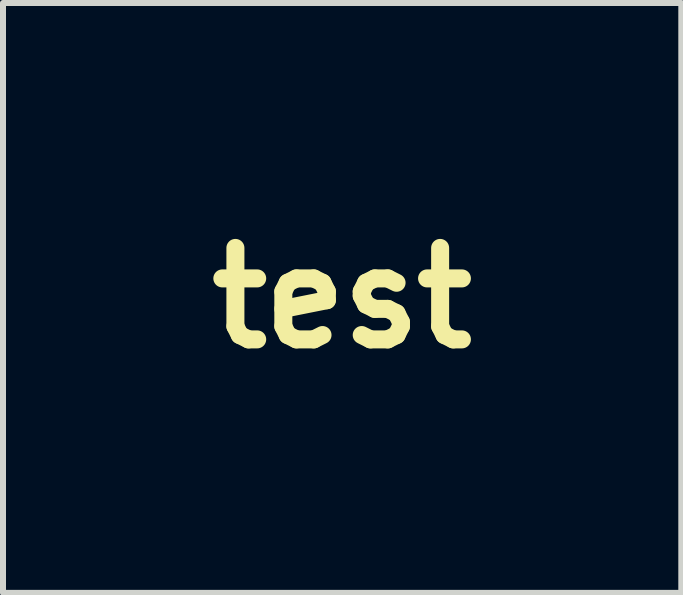
<source format=kicad_pcb>
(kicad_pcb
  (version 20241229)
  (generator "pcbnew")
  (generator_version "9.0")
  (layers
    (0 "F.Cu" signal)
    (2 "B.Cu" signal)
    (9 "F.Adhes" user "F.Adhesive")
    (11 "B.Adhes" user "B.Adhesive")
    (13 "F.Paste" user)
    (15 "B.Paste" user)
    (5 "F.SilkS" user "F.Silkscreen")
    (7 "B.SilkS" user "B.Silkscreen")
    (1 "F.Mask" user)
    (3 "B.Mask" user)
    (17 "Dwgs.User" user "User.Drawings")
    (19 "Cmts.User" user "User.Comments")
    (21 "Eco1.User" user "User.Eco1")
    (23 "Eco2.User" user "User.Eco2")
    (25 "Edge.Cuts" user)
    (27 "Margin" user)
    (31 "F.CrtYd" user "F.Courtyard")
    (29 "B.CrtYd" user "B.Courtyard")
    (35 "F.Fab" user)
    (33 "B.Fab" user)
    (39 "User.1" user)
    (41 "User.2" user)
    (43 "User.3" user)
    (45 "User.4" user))
  (footprint "test"
    (layer "F.Cu")
    (at 2.65 1.915)
    (property "Reference" "test" (at 0 0 0) (layer "F.SilkS") (effects (font (size 1.524 1.524) (thickness 0.3))))
    (attr board_only exclude_from_pos_files exclude_from_bom)
    (fp_poly (pts (xy 0.088 -1.915) (xy 0.219 -1.915) (xy 0.349 -1.915) (xy 0.478 -1.915) (xy 0.605 -1.915) (xy 0.731 -1.914) (xy 0.853 -1.914) (xy 0.973 -1.914) (xy 1.089 -1.914) (xy 1.201 -1.914) (xy 1.308 -1.914) (xy 1.411 -1.913) (xy 1.508 -1.913) (xy 1.599 -1.913) (xy 1.684 -1.913) (xy 1.762 -1.912) (xy 1.833 -1.912) (xy 1.896 -1.912) (xy 1.951 -1.911) (xy 1.997 -1.911) (xy 2.034 -1.91) (xy 2.062 -1.91) (xy 2.079 -1.91) (xy 2.085 -1.909) (xy 2.167 -1.897) (xy 2.245 -1.875) (xy 2.318 -1.843) (xy 2.386 -1.801) (xy 2.449 -1.75) (xy 2.459 -1.741) (xy 2.512 -1.683) (xy 2.556 -1.623) (xy 2.592 -1.559) (xy 2.617 -1.498) (xy 2.62 -1.489) (xy 2.624 -1.48) (xy 2.626 -1.471) (xy 2.629 -1.463) (xy 2.632 -1.455) (xy 2.634 -1.446) (xy 2.636 -1.435) (xy 2.638 -1.423) (xy 2.64 -1.41) (xy 2.642 -1.394) (xy 2.643 -1.375) (xy 2.644 -1.353) (xy 2.645 -1.327) (xy 2.646 -1.297) (xy 2.647 -1.263) (xy 2.648 -1.224) (xy 2.648 -1.18) (xy 2.649 -1.131) (xy 2.649 -1.075) (xy 2.65 -1.013) (xy 2.65 -0.944) (xy 2.65 -0.867) (xy 2.65 -0.783) (xy 2.65 -0.691) (xy 2.65 -0.59) (xy 2.65 -0.481) (xy 2.65 -0.362) (xy 2.65 -0.233) (xy 2.65 -0.095) (xy 2.65 0.000245) (xy 2.65 0.145) (xy 2.65 0.28) (xy 2.65 0.404) (xy 2.65 0.519) (xy 2.65 0.624) (xy 2.65 0.721) (xy 2.65 0.809) (xy 2.65 0.89) (xy 2.65 0.962) (xy 2.649 1.027) (xy 2.649 1.086) (xy 2.649 1.138) (xy 2.649 1.184) (xy 2.648 1.224) (xy 2.648 1.259) (xy 2.647 1.289) (xy 2.647 1.314) (xy 2.646 1.336) (xy 2.646 1.353) (xy 2.645 1.368) (xy 2.644 1.379) (xy 2.643 1.388) (xy 2.643 1.395) (xy 2.642 1.397) (xy 2.623 1.477) (xy 2.595 1.551) (xy 2.558 1.62) (xy 2.511 1.685) (xy 2.48 1.719) (xy 2.421 1.774) (xy 2.358 1.82) (xy 2.291 1.856) (xy 2.217 1.885) (xy 2.161 1.9) (xy 2.112 1.912) (xy 0.024 1.912) (xy -0.126 1.912) (xy -0.273 1.912) (xy -0.417 1.912) (xy -0.558 1.912) (xy -0.695 1.912) (xy -0.827 1.912) (xy -0.956 1.912) (xy -1.079 1.912) (xy -1.197 1.912) (xy -1.309 1.912) (xy -1.416 1.912) (xy -1.516 1.912) (xy -1.609 1.912) (xy -1.695 1.912) (xy -1.773 1.912) (xy -1.844 1.912) (xy -1.906 1.912) (xy -1.96 1.912) (xy -2.004 1.911) (xy -2.04 1.911) (xy -2.065 1.911) (xy -2.08 1.911) (xy -2.085 1.911) (xy -2.163 1.899) (xy -2.24 1.876) (xy -2.313 1.845) (xy -2.381 1.806) (xy -2.382 1.805) (xy -2.409 1.784) (xy -2.44 1.758) (xy -2.471 1.728) (xy -2.5 1.698) (xy -2.525 1.669) (xy -2.531 1.661) (xy -2.573 1.595) (xy -2.607 1.524) (xy -2.632 1.448) (xy -2.642 1.401) (xy -2.643 1.395) (xy -2.643 1.388) (xy -2.644 1.379) (xy -2.645 1.367) (xy -2.646 1.353) (xy -2.646 1.337) (xy -2.647 1.317) (xy -2.647 1.293) (xy -2.648 1.265) (xy -2.648 1.233) (xy -2.649 1.195) (xy -2.649 1.153) (xy -2.649 1.104) (xy -2.649 1.049) (xy -2.65 0.988) (xy -2.65 0.92) (xy -2.65 0.845) (xy -2.65 0.761) (xy -2.65 0.67) (xy -2.65 0.57) (xy -2.65 0.461) (xy -2.65 0.342) (xy -2.65 0.287) (xy -2.185 0.287) (xy -2.184 0.807) (xy -2.182 1.328) (xy -2.17 1.355) (xy -2.148 1.39) (xy -2.12 1.418) (xy -2.086 1.436) (xy -2.077 1.439) (xy -2.071 1.439) (xy -2.054 1.44) (xy -2.027 1.44) (xy -1.991 1.44) (xy -1.945 1.44) (xy -1.89 1.441) (xy -1.826 1.441) (xy -1.755 1.441) (xy -1.675 1.441) (xy -1.589 1.442) (xy -1.495 1.442) (xy -1.394 1.442) (xy -1.287 1.442) (xy -1.174 1.442) (xy -1.055 1.442) (xy -0.931 1.442) (xy -0.803 1.442) (xy -0.67 1.442) (xy -0.532 1.442) (xy -0.391 1.442) (xy -0.247 1.442) (xy -0.1 1.442) (xy 0.008 1.442) (xy 2.08 1.441) (xy 2.101 1.43) (xy 2.133 1.407) (xy 2.159 1.375) (xy 2.17 1.355) (xy 2.182 1.328) (xy 2.184 0.014) (xy 2.184 -0.143) (xy 2.184 -0.289) (xy 2.184 -0.424) (xy 2.184 -0.549) (xy 2.184 -0.665) (xy 2.184 -0.77) (xy 2.184 -0.865) (xy 2.184 -0.951) (xy 2.184 -1.028) (xy 2.183 -1.096) (xy 2.183 -1.154) (xy 2.182 -1.204) (xy 2.182 -1.245) (xy 2.181 -1.278) (xy 2.181 -1.303) (xy 2.18 -1.32) (xy 2.18 -1.328) (xy 2.179 -1.329) (xy 2.167 -1.365) (xy 2.145 -1.396) (xy 2.116 -1.421) (xy 2.109 -1.425) (xy 2.08 -1.441) (xy 0.011 -1.443) (xy -0.194 -1.443) (xy -0.388 -1.443) (xy -0.572 -1.443) (xy -0.745 -1.443) (xy -0.907 -1.443) (xy -1.059 -1.443) (xy -1.2 -1.443) (xy -1.33 -1.443) (xy -1.45 -1.443) (xy -1.559 -1.442) (xy -1.658 -1.442) (xy -1.746 -1.442) (xy -1.824 -1.442) (xy -1.891 -1.441) (xy -1.948 -1.441) (xy -1.994 -1.441) (xy -2.031 -1.44) (xy -2.056 -1.44) (xy -2.072 -1.439) (xy -2.077 -1.439) (xy -2.111 -1.424) (xy -2.141 -1.401) (xy -2.164 -1.371) (xy -2.166 -1.366) (xy -2.182 -1.334) (xy -2.184 -0.756) (xy -2.185 -0.179) (xy -1.759 -0.177) (xy -1.333 -0.176) (xy -1.292 -0.156) (xy -1.251 -0.13) (xy -1.224 -0.107) (xy -1.214 -0.094) (xy -1.199 -0.072) (xy -1.179 -0.042) (xy -1.154 -0.003) (xy -1.125 0.044) (xy -1.091 0.099) (xy -1.06 0.15) (xy -1.033 0.195) (xy -1.007 0.237) (xy -0.984 0.275) (xy -0.963 0.309) (xy -0.946 0.337) (xy -0.933 0.358) (xy -0.924 0.373) (xy -0.92 0.378) (xy -0.92 0.379) (xy -0.917 0.374) (xy -0.91 0.36) (xy -0.9 0.337) (xy -0.886 0.306) (xy -0.869 0.268) (xy -0.849 0.224) (xy -0.826 0.174) (xy -0.801 0.118) (xy -0.774 0.057) (xy -0.745 -0.007) (xy -0.715 -0.075) (xy -0.69 -0.131) (xy -0.649 -0.223) (xy -0.612 -0.306) (xy -0.579 -0.38) (xy -0.55 -0.445) (xy -0.524 -0.503) (xy -0.502 -0.554) (xy -0.482 -0.598) (xy -0.465 -0.635) (xy -0.45 -0.667) (xy -0.437 -0.694) (xy -0.426 -0.717) (xy -0.417 -0.735) (xy -0.409 -0.75) (xy -0.403 -0.761) (xy -0.397 -0.771) (xy -0.392 -0.778) (xy -0.387 -0.784) (xy -0.382 -0.789) (xy -0.377 -0.794) (xy -0.372 -0.799) (xy -0.371 -0.799) (xy -0.33 -0.83) (xy -0.286 -0.851) (xy -0.239 -0.861) (xy -0.191 -0.861) (xy -0.168 -0.858) (xy -0.125 -0.845) (xy -0.086 -0.825) (xy -0.05 -0.796) (xy -0.042 -0.787) (xy -0.033 -0.778) (xy -0.017 -0.762) (xy 0.005 -0.739) (xy 0.032 -0.711) (xy 0.064 -0.678) (xy 0.101 -0.64) (xy 0.14 -0.599) (xy 0.183 -0.554) (xy 0.227 -0.508) (xy 0.266 -0.467) (xy 0.543 -0.178) (xy 0.922 -0.178) (xy 0.999 -0.178) (xy 1.07 -0.178) (xy 1.133 -0.178) (xy 1.188 -0.177) (xy 1.234 -0.176) (xy 1.272 -0.176) (xy 1.3 -0.175) (xy 1.318 -0.174) (xy 1.325 -0.173) (xy 1.37 -0.157) (xy 1.409 -0.134) (xy 1.442 -0.104) (xy 1.468 -0.07) (xy 1.487 -0.031) (xy 1.499 0.01) (xy 1.503 0.053) (xy 1.5 0.096) (xy 1.488 0.138) (xy 1.469 0.178) (xy 1.441 0.214) (xy 1.405 0.245) (xy 1.401 0.248) (xy 1.391 0.255) (xy 1.382 0.26) (xy 1.374 0.266) (xy 1.365 0.27) (xy 1.355 0.274) (xy 1.343 0.277) (xy 1.328 0.279) (xy 1.31 0.282) (xy 1.288 0.283) (xy 1.262 0.284) (xy 1.23 0.285) (xy 1.191 0.286) (xy 1.146 0.286) (xy 1.093 0.286) (xy 1.032 0.286) (xy 0.961 0.286) (xy 0.881 0.286) (xy 0.849 0.285) (xy 0.387 0.284) (xy 0.357 0.272) (xy 0.335 0.261) (xy 0.312 0.247) (xy 0.303 0.239) (xy 0.294 0.232) (xy 0.279 0.217) (xy 0.258 0.196) (xy 0.232 0.169) (xy 0.202 0.138) (xy 0.168 0.103) (xy 0.131 0.065) (xy 0.093 0.025) (xy 0.071 0.003) (xy 0.032 -0.038) (xy -0.004 -0.076) (xy -0.038 -0.111) (xy -0.067 -0.142) (xy -0.093 -0.168) (xy -0.114 -0.189) (xy -0.129 -0.205) (xy -0.138 -0.213) (xy -0.14 -0.215) (xy -0.142 -0.21) (xy -0.149 -0.196) (xy -0.16 -0.174) (xy -0.174 -0.143) (xy -0.191 -0.105) (xy -0.212 -0.059) (xy -0.235 -0.008) (xy -0.261 0.049) (xy -0.289 0.112) (xy -0.319 0.178) (xy -0.35 0.249) (xy -0.383 0.323) (xy -0.411 0.385) (xy -0.445 0.462) (xy -0.479 0.537) (xy -0.511 0.609) (xy -0.541 0.676) (xy -0.57 0.74) (xy -0.597 0.799) (xy -0.621 0.852) (xy -0.643 0.899) (xy -0.661 0.939) (xy -0.677 0.972) (xy -0.688 0.996) (xy -0.696 1.012) (xy -0.699 1.018) (xy -0.729 1.053) (xy -0.766 1.081) (xy -0.808 1.102) (xy -0.854 1.113) (xy -0.902 1.116) (xy -0.922 1.114) (xy -0.957 1.105) (xy -0.993 1.09) (xy -1.026 1.07) (xy -1.053 1.048) (xy -1.056 1.045) (xy -1.062 1.036) (xy -1.074 1.019) (xy -1.09 0.994) (xy -1.11 0.962) (xy -1.134 0.924) (xy -1.161 0.88) (xy -1.191 0.832) (xy -1.223 0.78) (xy -1.257 0.724) (xy -1.292 0.667) (xy -1.3 0.653) (xy -1.522 0.287) (xy -2.185 0.287) (xy -2.65 0.287) (xy -2.65 0.214) (xy -2.65 0.075) (xy -2.65 0) (xy -2.65 -0.144) (xy -2.65 -0.277) (xy -2.65 -0.401) (xy -2.65 -0.515) (xy -2.65 -0.619) (xy -2.65 -0.715) (xy -2.65 -0.803) (xy -2.65 -0.882) (xy -2.65 -0.954) (xy -2.649 -1.019) (xy -2.649 -1.077) (xy -2.649 -1.128) (xy -2.649 -1.174) (xy -2.648 -1.214) (xy -2.648 -1.249) (xy -2.648 -1.279) (xy -2.647 -1.305) (xy -2.647 -1.327) (xy -2.646 -1.345) (xy -2.645 -1.361) (xy -2.645 -1.373) (xy -2.644 -1.383) (xy -2.643 -1.391) (xy -2.642 -1.398) (xy -2.642 -1.401) (xy -2.623 -1.478) (xy -2.595 -1.552) (xy -2.558 -1.621) (xy -2.531 -1.661) (xy -2.508 -1.689) (xy -2.479 -1.72) (xy -2.447 -1.752) (xy -2.414 -1.78) (xy -2.385 -1.803) (xy -2.38 -1.806) (xy -2.316 -1.844) (xy -2.245 -1.874) (xy -2.17 -1.896) (xy -2.092 -1.909) (xy -2.085 -1.909) (xy -2.075 -1.91) (xy -2.054 -1.91) (xy -2.023 -1.911) (xy -1.983 -1.911) (xy -1.933 -1.911) (xy -1.876 -1.912) (xy -1.81 -1.912) (xy -1.737 -1.912) (xy -1.656 -1.913) (xy -1.569 -1.913) (xy -1.476 -1.913) (xy -1.377 -1.913) (xy -1.273 -1.914) (xy -1.164 -1.914) (xy -1.051 -1.914) (xy -0.933 -1.914) (xy -0.813 -1.914) (xy -0.689 -1.914) (xy -0.563 -1.915) (xy -0.435 -1.915) (xy -0.306 -1.915) (xy -0.175 -1.915) (xy -0.044 -1.915)) (stroke (width 0) (type solid)) (fill yes) (layer "F.Mask")))
  (gr_rect
    (start -3 -3)
    (end 8.301 6.827)
    (stroke (width 0.1) (type default))
    (fill no)
    (layer "Edge.Cuts")))
</source>
